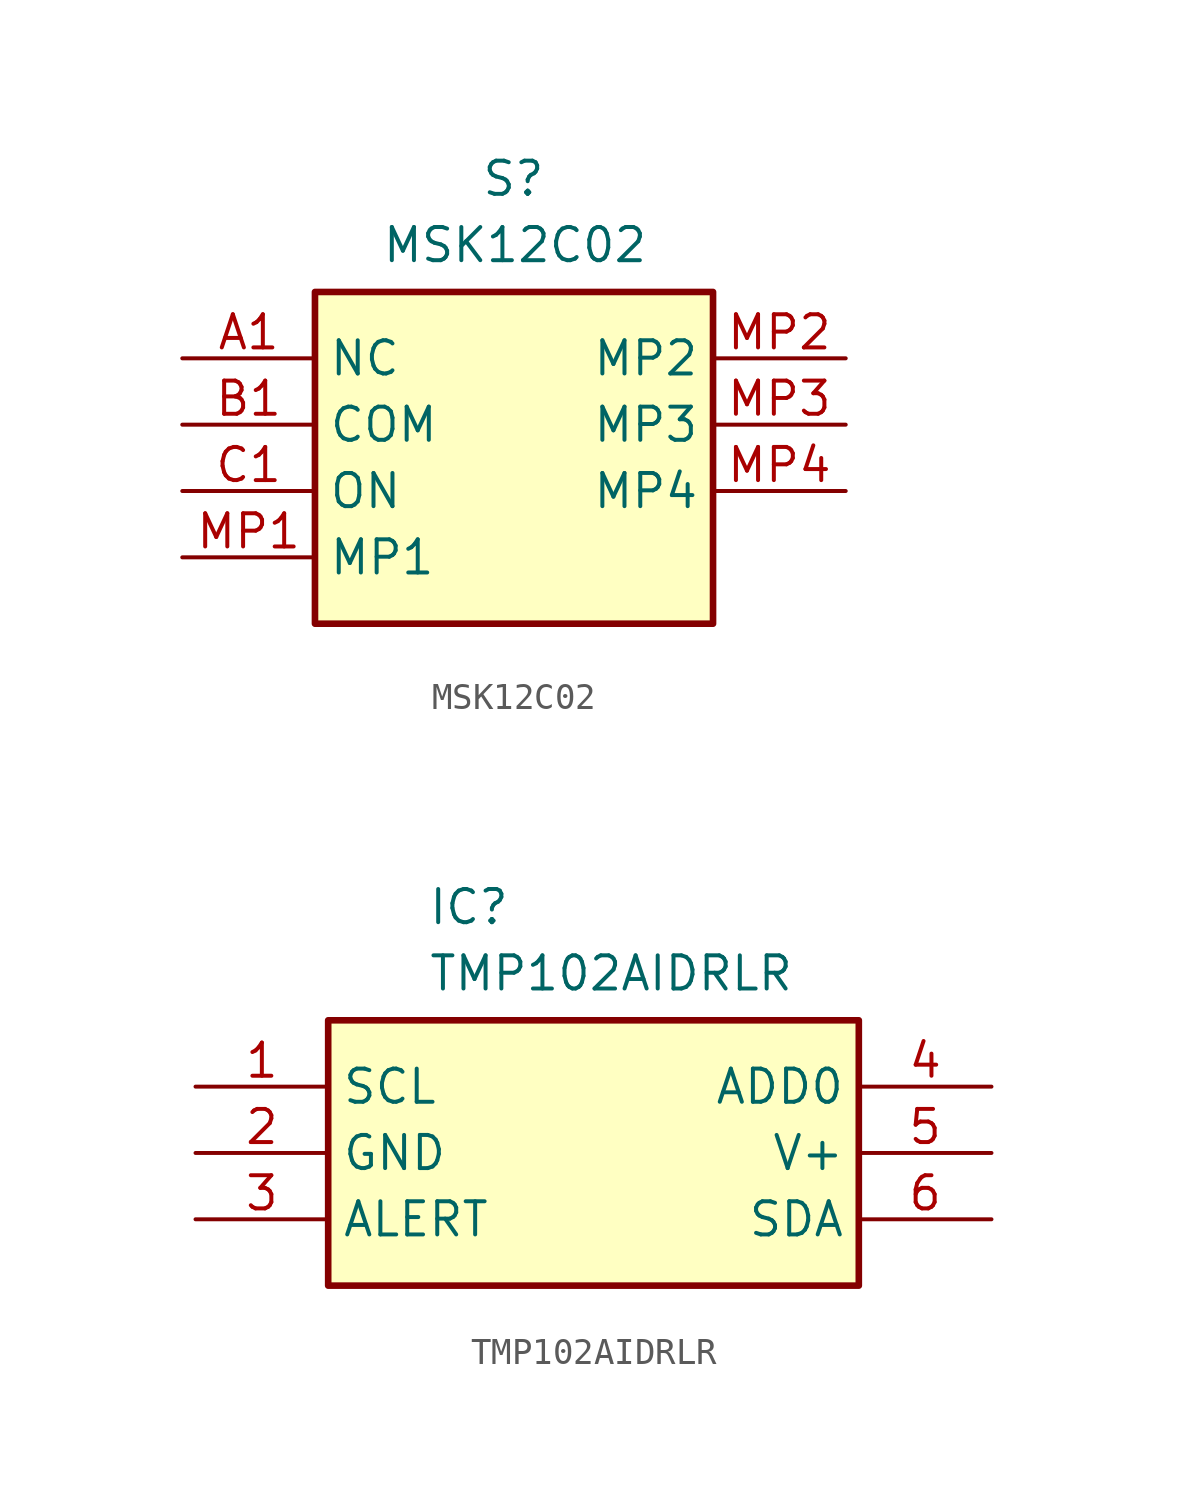
<source format=kicad_sym>
(kicad_symbol_lib
  (version 20220914)
  (generator kicad_symbol_editor)
  (symbol "MSK12C02"
    (property "Reference" "S"
      (at -1.27 10.16 0)
      (effects (font (size 1.27 1.27)) (justify left top)))
    (property "Value" "MSK12C02"
      (at -5.08 7.62 0)
      (effects (font (size 1.27 1.27)) (justify left top)))
    (symbol "MSK12C02_1_1"
      (rectangle (start -7.62 5.08) (end 7.62 -7.62) (stroke (width 0.254) (type default)) (fill (type background)))
      (pin passive line (at -12.7 2.54 0) (length 5.08) (name "NC" (effects (font (size 1.27 1.27)))) (number "A1" (effects (font (size 1.27 1.27)))))
      (pin passive line (at -12.7 0 0) (length 5.08) (name "COM" (effects (font (size 1.27 1.27)))) (number "B1" (effects (font (size 1.27 1.27)))))
      (pin passive line (at -12.7 -2.54 0) (length 5.08) (name "ON" (effects (font (size 1.27 1.27)))) (number "C1" (effects (font (size 1.27 1.27)))))
      (pin passive line (at -12.7 -5.08 0) (length 5.08) (name "MP1" (effects (font (size 1.27 1.27)))) (number "MP1" (effects (font (size 1.27 1.27)))))
      (pin passive line (at 12.7 2.54 180) (length 5.08) (name "MP2" (effects (font (size 1.27 1.27)))) (number "MP2" (effects (font (size 1.27 1.27)))))
      (pin passive line (at 12.7 0 180) (length 5.08) (name "MP3" (effects (font (size 1.27 1.27)))) (number "MP3" (effects (font (size 1.27 1.27)))))
      (pin passive line (at 12.7 -2.54 180) (length 5.08) (name "MP4" (effects (font (size 1.27 1.27)))) (number "MP4" (effects (font (size 1.27 1.27)))))))
  (symbol "TMP102AIDRLR"
    (property "Reference" "IC"
      (at 8.89 7.62 0)
      (effects (font (size 1.27 1.27)) (justify left top)))
    (property "Value" "TMP102AIDRLR"
      (at 8.89 5.08 0)
      (effects (font (size 1.27 1.27)) (justify left top)))
    (symbol "TMP102AIDRLR_1_1"
      (rectangle (start 5.08 2.54) (end 25.4 -7.62) (stroke (width 0.254) (type default)) (fill (type background)))
      (pin passive line (at 0 0 0) (length 5.08) (name "SCL" (effects (font (size 1.27 1.27)))) (number "1" (effects (font (size 1.27 1.27)))))
      (pin passive line (at 0 -2.54 0) (length 5.08) (name "GND" (effects (font (size 1.27 1.27)))) (number "2" (effects (font (size 1.27 1.27)))))
      (pin passive line (at 0 -5.08 0) (length 5.08) (name "ALERT" (effects (font (size 1.27 1.27)))) (number "3" (effects (font (size 1.27 1.27)))))
      (pin passive line (at 30.48 0 180) (length 5.08) (name "ADD0" (effects (font (size 1.27 1.27)))) (number "4" (effects (font (size 1.27 1.27)))))
      (pin passive line (at 30.48 -2.54 180) (length 5.08) (name "V+" (effects (font (size 1.27 1.27)))) (number "5" (effects (font (size 1.27 1.27)))))
      (pin passive line (at 30.48 -5.08 180) (length 5.08) (name "SDA" (effects (font (size 1.27 1.27)))) (number "6" (effects (font (size 1.27 1.27))))))))
</source>
